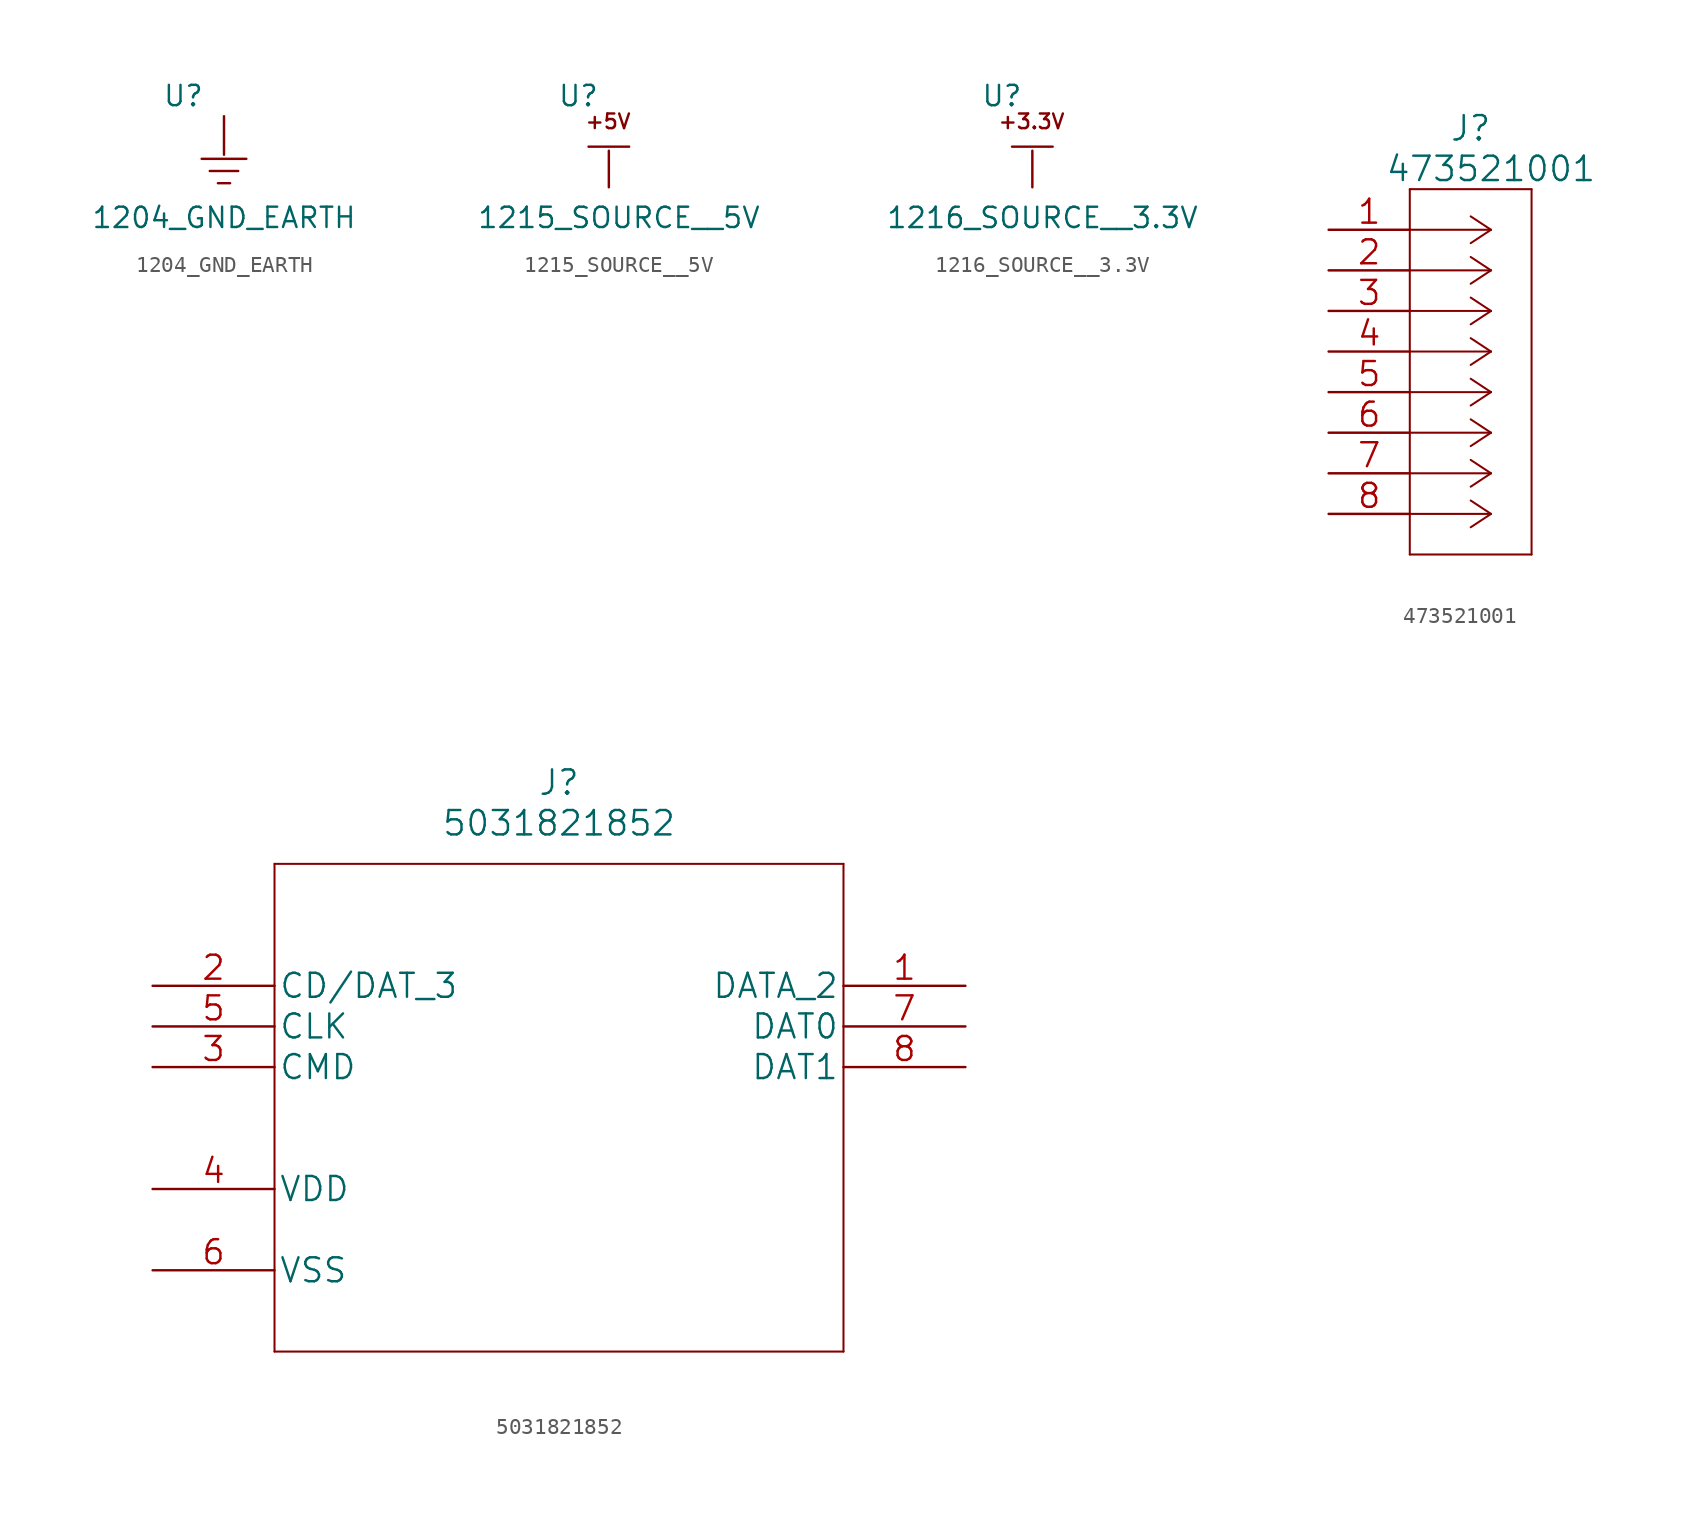
<source format=kicad_sym>
(kicad_symbol_lib
  (version 20211014)
  (generator kicad_symbol_editor)
  (symbol "1204_GND_EARTH"
    (power)
    (pin_numbers hide)
    (pin_names
      (offset 1.016) hide)
    (property "Reference" "U"
      (at -2.54 3.81 0)
      (effects (font (size 1.27 1.27))))
    (property "Value" "1204_GND_EARTH"
      (at 0 -3.81 0)
      (effects (font (size 1.27 1.27))))
    (symbol "1204_GND_EARTH_0_1"
      (polyline (pts (xy -0.381 -1.651) (xy -0.356 -1.651) (xy -0.33 -1.651) (xy -0.305 -1.651) (xy -0.279 -1.651) (xy -0.254 -1.651) (xy -0.229 -1.651) (xy -0.203 -1.651) (xy -0.178 -1.651) (xy -0.152 -1.651) (xy -0.127 -1.651) (xy -0.102 -1.651) (xy -0.076 -1.651) (xy -0.051 -1.651) (xy -0.025 -1.651) (xy 0 -1.651) (xy 0.025 -1.651) (xy 0.051 -1.651) (xy 0.076 -1.651) (xy 0.102 -1.651) (xy 0.127 -1.651) (xy 0.152 -1.651) (xy 0.178 -1.651) (xy 0.203 -1.651) (xy 0.229 -1.651) (xy 0.254 -1.651) (xy 0.279 -1.651) (xy 0.305 -1.651) (xy 0.33 -1.651) (xy 0.356 -1.651) (xy 0.381 -1.651)) (stroke (width 0) (type default) (color 0 0 0 0)) (fill (type none)))
      (polyline (pts (xy -0.889 -0.889) (xy -0.864 -0.889) (xy -0.838 -0.889) (xy -0.813 -0.889) (xy -0.787 -0.889) (xy -0.762 -0.889) (xy -0.737 -0.889) (xy -0.711 -0.889) (xy -0.686 -0.889) (xy -0.66 -0.889) (xy -0.635 -0.889) (xy -0.61 -0.889) (xy -0.584 -0.889) (xy -0.559 -0.889) (xy -0.533 -0.889) (xy -0.508 -0.889) (xy -0.483 -0.889) (xy -0.457 -0.889) (xy -0.432 -0.889) (xy -0.406 -0.889) (xy -0.381 -0.889) (xy -0.356 -0.889) (xy -0.33 -0.889) (xy -0.305 -0.889) (xy -0.279 -0.889) (xy -0.254 -0.889) (xy -0.229 -0.889) (xy -0.203 -0.889) (xy -0.178 -0.889) (xy -0.152 -0.889) (xy -0.127 -0.889) (xy -0.102 -0.889) (xy -0.076 -0.889) (xy -0.051 -0.889) (xy -0.025 -0.889) (xy 0 -0.889) (xy 0.025 -0.889) (xy 0.051 -0.889) (xy 0.076 -0.889) (xy 0.102 -0.889) (xy 0.127 -0.889) (xy 0.152 -0.889) (xy 0.178 -0.889) (xy 0.203 -0.889) (xy 0.229 -0.889) (xy 0.254 -0.889) (xy 0.279 -0.889) (xy 0.305 -0.889) (xy 0.33 -0.889) (xy 0.356 -0.889) (xy 0.381 -0.889) (xy 0.406 -0.889) (xy 0.432 -0.889) (xy 0.457 -0.889) (xy 0.483 -0.889) (xy 0.508 -0.889) (xy 0.533 -0.889) (xy 0.559 -0.889) (xy 0.584 -0.889) (xy 0.61 -0.889) (xy 0.635 -0.889) (xy 0.66 -0.889) (xy 0.686 -0.889) (xy 0.711 -0.889) (xy 0.737 -0.889) (xy 0.762 -0.889) (xy 0.787 -0.889) (xy 0.813 -0.889) (xy 0.838 -0.889) (xy 0.864 -0.889) (xy 0.889 -0.889)) (stroke (width 0) (type default) (color 0 0 0 0)) (fill (type none)))
      (polyline (pts (xy -1.397 -0.127) (xy -1.372 -0.127) (xy -1.346 -0.127) (xy -1.321 -0.127) (xy -1.295 -0.127) (xy -1.27 -0.127) (xy -1.245 -0.127) (xy -1.219 -0.127) (xy -1.194 -0.127) (xy -1.168 -0.127) (xy -1.143 -0.127) (xy -1.118 -0.127) (xy -1.092 -0.127) (xy -1.067 -0.127) (xy -1.041 -0.127) (xy -1.016 -0.127) (xy -0.991 -0.127) (xy -0.965 -0.127) (xy -0.94 -0.127) (xy -0.914 -0.127) (xy -0.889 -0.127) (xy -0.864 -0.127) (xy -0.838 -0.127) (xy -0.813 -0.127) (xy -0.787 -0.127) (xy -0.762 -0.127) (xy -0.737 -0.127) (xy -0.711 -0.127) (xy -0.686 -0.127) (xy -0.66 -0.127) (xy -0.635 -0.127) (xy -0.61 -0.127) (xy -0.584 -0.127) (xy -0.559 -0.127) (xy -0.533 -0.127) (xy -0.508 -0.127) (xy -0.483 -0.127) (xy -0.457 -0.127) (xy -0.432 -0.127) (xy -0.406 -0.127) (xy -0.381 -0.127) (xy -0.356 -0.127) (xy -0.33 -0.127) (xy -0.305 -0.127) (xy -0.279 -0.127) (xy -0.254 -0.127) (xy -0.229 -0.127) (xy -0.203 -0.127) (xy -0.178 -0.127) (xy -0.152 -0.127) (xy -0.127 -0.127) (xy -0.102 -0.127) (xy -0.076 -0.127) (xy -0.051 -0.127) (xy -0.025 -0.127) (xy 0 -0.127) (xy 0.025 -0.127) (xy 0.051 -0.127) (xy 0.076 -0.127) (xy 0.102 -0.127) (xy 0.127 -0.127) (xy 0.152 -0.127) (xy 0.178 -0.127) (xy 0.203 -0.127) (xy 0.229 -0.127) (xy 0.254 -0.127) (xy 0.279 -0.127) (xy 0.305 -0.127) (xy 0.33 -0.127) (xy 0.356 -0.127) (xy 0.381 -0.127) (xy 0.406 -0.127) (xy 0.432 -0.127) (xy 0.457 -0.127) (xy 0.483 -0.127) (xy 0.508 -0.127) (xy 0.533 -0.127) (xy 0.559 -0.127) (xy 0.584 -0.127) (xy 0.61 -0.127) (xy 0.635 -0.127) (xy 0.66 -0.127) (xy 0.686 -0.127) (xy 0.711 -0.127) (xy 0.737 -0.127) (xy 0.762 -0.127) (xy 0.787 -0.127) (xy 0.813 -0.127) (xy 0.838 -0.127) (xy 0.864 -0.127) (xy 0.889 -0.127) (xy 0.914 -0.127) (xy 0.94 -0.127) (xy 0.965 -0.127) (xy 0.991 -0.127) (xy 1.016 -0.127) (xy 1.041 -0.127) (xy 1.067 -0.127) (xy 1.092 -0.127) (xy 1.118 -0.127) (xy 1.143 -0.127) (xy 1.168 -0.127) (xy 1.194 -0.127) (xy 1.219 -0.127) (xy 1.245 -0.127) (xy 1.27 -0.127) (xy 1.295 -0.127) (xy 1.321 -0.127) (xy 1.346 -0.127) (xy 1.372 -0.127) (xy 1.397 -0.127)) (stroke (width 0) (type default) (color 0 0 0 0)) (fill (type none))))
    (symbol "1204_GND_EARTH_1_1"
      (pin passive line (at 0 2.54 270) (length 2.413) (name "~" (effects (font (size 1.016 1.016)))) (number "~" (effects (font (size 1.016 1.016)))))))
  (symbol "1215_SOURCE__5V"
    (power)
    (pin_numbers hide)
    (pin_names
      (offset 1.016) hide)
    (property "Reference" "U"
      (at -2.54 3.81 0)
      (effects (font (size 1.27 1.27))))
    (property "Value" "1215_SOURCE__5V"
      (at 0 -3.81 0)
      (effects (font (size 1.27 1.27))))
    (symbol "1215_SOURCE__5V_0_0"
      (text "+5V" (at -0.686 1.676 0) (effects (font (size 0.914 0.914)) (justify bottom))))
    (symbol "1215_SOURCE__5V_0_1"
      (polyline (pts (xy -1.905 0.635) (xy 0.635 0.635)) (stroke (width 0) (type default) (color 0 0 0 0)) (fill (type none))))
    (symbol "1215_SOURCE__5V_1_1"
      (pin passive line (at -0.635 -1.905 90) (length 2.286) (name "~" (effects (font (size 1.016 1.016)))) (number "~" (effects (font (size 1.016 1.016)))))))
  (symbol "1216_SOURCE__3.3V"
    (power)
    (pin_numbers hide)
    (pin_names
      (offset 1.016) hide)
    (property "Reference" "U"
      (at -2.54 3.81 0)
      (effects (font (size 1.27 1.27))))
    (property "Value" "1216_SOURCE__3.3V"
      (at 0 -3.81 0)
      (effects (font (size 1.27 1.27))))
    (symbol "1216_SOURCE__3.3V_0_0"
      (text "+3.3V" (at -0.686 1.676 0) (effects (font (size 0.914 0.914)) (justify bottom))))
    (symbol "1216_SOURCE__3.3V_0_1"
      (polyline (pts (xy -1.905 0.635) (xy 0.635 0.635)) (stroke (width 0) (type default) (color 0 0 0 0)) (fill (type none))))
    (symbol "1216_SOURCE__3.3V_1_1"
      (pin passive line (at -0.635 -1.905 90) (length 2.286) (name "~" (effects (font (size 1.016 1.016)))) (number "~" (effects (font (size 1.016 1.016)))))))
  (symbol "473521001"
    (pin_names
      (offset 0.254) hide)
    (property "Reference" "J"
      (at 8.89 6.35 0)
      (effects (font (size 1.524 1.524))))
    (property "Value" "473521001"
      (at 10.16 3.81 0)
      (effects (font (size 1.524 1.524))))
    (property "Datasheet" ""
      (at 0 0 0)
      (effects (font (size 1.524 1.524))))
    (property "ki_locked" ""
      (at 0 0 0)
      (effects (font (size 1.27 1.27))))
    (symbol "473521001_1_1"
      (polyline (pts (xy 5.08 -20.32) (xy 12.7 -20.32)) (stroke (width 0.127) (type default) (color 0 0 0 0)) (fill (type none)))
      (polyline (pts (xy 5.08 2.54) (xy 5.08 -20.32)) (stroke (width 0.127) (type default) (color 0 0 0 0)) (fill (type none)))
      (polyline (pts (xy 10.16 -17.78) (xy 5.08 -17.78)) (stroke (width 0.127) (type default) (color 0 0 0 0)) (fill (type none)))
      (polyline (pts (xy 10.16 -17.78) (xy 8.89 -18.618)) (stroke (width 0.127) (type default) (color 0 0 0 0)) (fill (type none)))
      (polyline (pts (xy 10.16 -17.78) (xy 8.89 -16.942)) (stroke (width 0.127) (type default) (color 0 0 0 0)) (fill (type none)))
      (polyline (pts (xy 10.16 -15.24) (xy 5.08 -15.24)) (stroke (width 0.127) (type default) (color 0 0 0 0)) (fill (type none)))
      (polyline (pts (xy 10.16 -15.24) (xy 8.89 -16.078)) (stroke (width 0.127) (type default) (color 0 0 0 0)) (fill (type none)))
      (polyline (pts (xy 10.16 -15.24) (xy 8.89 -14.402)) (stroke (width 0.127) (type default) (color 0 0 0 0)) (fill (type none)))
      (polyline (pts (xy 10.16 -12.7) (xy 5.08 -12.7)) (stroke (width 0.127) (type default) (color 0 0 0 0)) (fill (type none)))
      (polyline (pts (xy 10.16 -12.7) (xy 8.89 -13.538)) (stroke (width 0.127) (type default) (color 0 0 0 0)) (fill (type none)))
      (polyline (pts (xy 10.16 -12.7) (xy 8.89 -11.862)) (stroke (width 0.127) (type default) (color 0 0 0 0)) (fill (type none)))
      (polyline (pts (xy 10.16 -10.16) (xy 5.08 -10.16)) (stroke (width 0.127) (type default) (color 0 0 0 0)) (fill (type none)))
      (polyline (pts (xy 10.16 -10.16) (xy 8.89 -10.998)) (stroke (width 0.127) (type default) (color 0 0 0 0)) (fill (type none)))
      (polyline (pts (xy 10.16 -10.16) (xy 8.89 -9.322)) (stroke (width 0.127) (type default) (color 0 0 0 0)) (fill (type none)))
      (polyline (pts (xy 10.16 -7.62) (xy 5.08 -7.62)) (stroke (width 0.127) (type default) (color 0 0 0 0)) (fill (type none)))
      (polyline (pts (xy 10.16 -7.62) (xy 8.89 -8.458)) (stroke (width 0.127) (type default) (color 0 0 0 0)) (fill (type none)))
      (polyline (pts (xy 10.16 -7.62) (xy 8.89 -6.782)) (stroke (width 0.127) (type default) (color 0 0 0 0)) (fill (type none)))
      (polyline (pts (xy 10.16 -5.08) (xy 5.08 -5.08)) (stroke (width 0.127) (type default) (color 0 0 0 0)) (fill (type none)))
      (polyline (pts (xy 10.16 -5.08) (xy 8.89 -5.918)) (stroke (width 0.127) (type default) (color 0 0 0 0)) (fill (type none)))
      (polyline (pts (xy 10.16 -5.08) (xy 8.89 -4.242)) (stroke (width 0.127) (type default) (color 0 0 0 0)) (fill (type none)))
      (polyline (pts (xy 10.16 -2.54) (xy 5.08 -2.54)) (stroke (width 0.127) (type default) (color 0 0 0 0)) (fill (type none)))
      (polyline (pts (xy 10.16 -2.54) (xy 8.89 -3.378)) (stroke (width 0.127) (type default) (color 0 0 0 0)) (fill (type none)))
      (polyline (pts (xy 10.16 -2.54) (xy 8.89 -1.702)) (stroke (width 0.127) (type default) (color 0 0 0 0)) (fill (type none)))
      (polyline (pts (xy 10.16 0) (xy 5.08 0)) (stroke (width 0.127) (type default) (color 0 0 0 0)) (fill (type none)))
      (polyline (pts (xy 10.16 0) (xy 8.89 -0.838)) (stroke (width 0.127) (type default) (color 0 0 0 0)) (fill (type none)))
      (polyline (pts (xy 10.16 0) (xy 8.89 0.838)) (stroke (width 0.127) (type default) (color 0 0 0 0)) (fill (type none)))
      (polyline (pts (xy 12.7 -20.32) (xy 12.7 2.54)) (stroke (width 0.127) (type default) (color 0 0 0 0)) (fill (type none)))
      (polyline (pts (xy 12.7 2.54) (xy 5.08 2.54)) (stroke (width 0.127) (type default) (color 0 0 0 0)) (fill (type none)))
      (pin unspecified line (at 0 0 0) (length 5.08) (name "DATA2" (effects (font (size 1.499 1.499)))) (number "1" (effects (font (size 1.499 1.499)))))
      (pin unspecified line (at 0 -2.54 0) (length 5.08) (name "CD/DATA3" (effects (font (size 1.499 1.499)))) (number "2" (effects (font (size 1.499 1.499)))))
      (pin unspecified line (at 0 -5.08 0) (length 5.08) (name "CMD" (effects (font (size 1.499 1.499)))) (number "3" (effects (font (size 1.499 1.499)))))
      (pin unspecified line (at 0 -7.62 0) (length 5.08) (name "VDD" (effects (font (size 1.499 1.499)))) (number "4" (effects (font (size 1.499 1.499)))))
      (pin unspecified line (at 0 -10.16 0) (length 5.08) (name "CLK" (effects (font (size 1.499 1.499)))) (number "5" (effects (font (size 1.499 1.499)))))
      (pin unspecified line (at 0 -12.7 0) (length 5.08) (name "VSS" (effects (font (size 1.499 1.499)))) (number "6" (effects (font (size 1.499 1.499)))))
      (pin unspecified line (at 0 -15.24 0) (length 5.08) (name "DATA0" (effects (font (size 1.499 1.499)))) (number "7" (effects (font (size 1.499 1.499)))))
      (pin unspecified line (at 0 -17.78 0) (length 5.08) (name "DATA1" (effects (font (size 1.499 1.499)))) (number "8" (effects (font (size 1.499 1.499)))))))
  (symbol "5031821852"
    (pin_names
      (offset 0.254))
    (property "Reference" "J"
      (at 25.4 12.7 0)
      (effects (font (size 1.524 1.524))))
    (property "Value" "5031821852"
      (at 25.4 10.16 0)
      (effects (font (size 1.524 1.524))))
    (property "Datasheet" ""
      (at 0 0 0)
      (effects (font (size 1.524 1.524))))
    (property "ki_locked" ""
      (at 0 0 0)
      (effects (font (size 1.27 1.27))))
    (symbol "5031821852_1_1"
      (polyline (pts (xy 7.62 -22.86) (xy 43.18 -22.86)) (stroke (width 0.127) (type default) (color 0 0 0 0)) (fill (type none)))
      (polyline (pts (xy 7.62 7.62) (xy 7.62 -22.86)) (stroke (width 0.127) (type default) (color 0 0 0 0)) (fill (type none)))
      (polyline (pts (xy 43.18 -22.86) (xy 43.18 7.62)) (stroke (width 0.127) (type default) (color 0 0 0 0)) (fill (type none)))
      (polyline (pts (xy 43.18 7.62) (xy 7.62 7.62)) (stroke (width 0.127) (type default) (color 0 0 0 0)) (fill (type none)))
      (pin bidirectional line (at 50.8 0 180) (length 7.62) (name "DATA_2" (effects (font (size 1.499 1.499)))) (number "1" (effects (font (size 1.499 1.499)))))
      (pin bidirectional line (at 0 0 0) (length 7.62) (name "CD/DAT_3" (effects (font (size 1.499 1.499)))) (number "2" (effects (font (size 1.499 1.499)))))
      (pin unspecified line (at 0 -5.08 0) (length 7.62) (name "CMD" (effects (font (size 1.499 1.499)))) (number "3" (effects (font (size 1.499 1.499)))))
      (pin power_in line (at 0 -12.7 0) (length 7.62) (name "VDD" (effects (font (size 1.499 1.499)))) (number "4" (effects (font (size 1.499 1.499)))))
      (pin unspecified line (at 0 -2.54 0) (length 7.62) (name "CLK" (effects (font (size 1.499 1.499)))) (number "5" (effects (font (size 1.499 1.499)))))
      (pin power_in line (at 0 -17.78 0) (length 7.62) (name "VSS" (effects (font (size 1.499 1.499)))) (number "6" (effects (font (size 1.499 1.499)))))
      (pin bidirectional line (at 50.8 -2.54 180) (length 7.62) (name "DAT0" (effects (font (size 1.499 1.499)))) (number "7" (effects (font (size 1.499 1.499)))))
      (pin bidirectional line (at 50.8 -5.08 180) (length 7.62) (name "DAT1" (effects (font (size 1.499 1.499)))) (number "8" (effects (font (size 1.499 1.499))))))))
</source>
